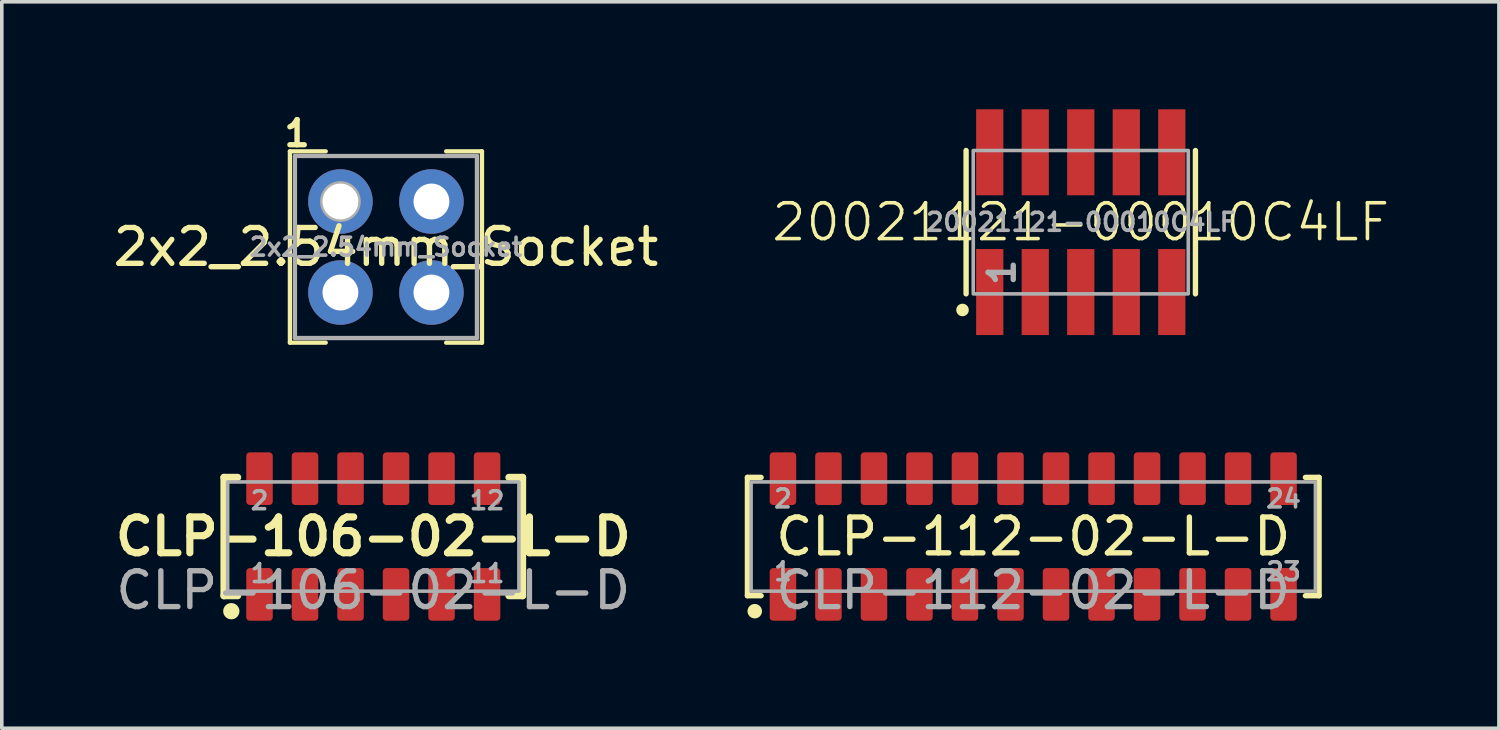
<source format=kicad_pcb>
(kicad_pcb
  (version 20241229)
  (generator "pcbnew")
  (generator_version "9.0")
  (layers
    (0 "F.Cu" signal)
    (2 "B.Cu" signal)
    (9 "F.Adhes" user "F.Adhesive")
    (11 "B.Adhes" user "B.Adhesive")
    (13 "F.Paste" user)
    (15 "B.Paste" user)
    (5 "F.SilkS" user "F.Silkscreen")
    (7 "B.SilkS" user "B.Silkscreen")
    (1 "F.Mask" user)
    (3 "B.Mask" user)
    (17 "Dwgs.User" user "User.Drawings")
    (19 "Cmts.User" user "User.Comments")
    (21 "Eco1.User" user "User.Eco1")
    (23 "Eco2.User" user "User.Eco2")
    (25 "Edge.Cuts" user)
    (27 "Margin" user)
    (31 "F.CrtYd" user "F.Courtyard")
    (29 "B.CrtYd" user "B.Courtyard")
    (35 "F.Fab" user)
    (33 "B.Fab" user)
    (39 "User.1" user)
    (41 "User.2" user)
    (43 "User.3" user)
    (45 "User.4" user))
  (footprint "CLP-112-02-L-D"
    (layer "F.Cu")
    (at 25.784 11.923)
    (property "Reference" "CLP-112-02-L-D" (at 0 0 0) (unlocked yes) (layer "F.SilkS") (effects (font (size 1 1) (thickness 0.15))))
    (attr smd)
    (fp_line (start -7.976 -1.651) (end -7.595 -1.651) (stroke (width 0.15) (type default)) (layer "F.SilkS"))
    (fp_line (start -7.976 1.651) (end -7.976 -1.651) (stroke (width 0.15) (type default)) (layer "F.SilkS"))
    (fp_line (start -7.976 1.651) (end -7.595 1.651) (stroke (width 0.15) (type default)) (layer "F.SilkS"))
    (fp_line (start 7.976 -1.651) (end 7.595 -1.651) (stroke (width 0.15) (type default)) (layer "F.SilkS"))
    (fp_line (start 7.976 -1.651) (end 7.976 1.651) (stroke (width 0.15) (type default)) (layer "F.SilkS"))
    (fp_line (start 7.976 1.651) (end 7.595 1.651) (stroke (width 0.15) (type default)) (layer "F.SilkS"))
    (fp_circle (center -7.772 2.083) (end -7.645 2.083) (stroke (width 0.15) (type default)) (fill yes) (layer "F.SilkS"))
    (fp_rect (start -7.874 -1.524) (end 7.874 1.524) (stroke (width 0.1) (type default)) (fill no) (layer "F.Fab"))
    (fp_text user "${REFERENCE}" (at 0 1.5 0) (unlocked yes) (layer "F.Fab") (effects (font (size 1 1) (thickness 0.15))))
    (fp_text user "23" (at 6.985 1.27 0) (unlocked yes) (layer "F.Fab") (effects (font (size 0.5 0.5) (thickness 0.1)) (justify bottom)))
    (fp_text user "2" (at -6.985 -0.762 0) (unlocked yes) (layer "F.Fab") (effects (font (size 0.5 0.5) (thickness 0.1)) (justify bottom)))
    (fp_text user "1" (at -6.985 1.27 0) (unlocked yes) (layer "F.Fab") (effects (font (size 0.5 0.5) (thickness 0.1)) (justify bottom)))
    (fp_text user "24" (at 6.985 -0.762 0) (unlocked yes) (layer "F.Fab") (effects (font (size 0.5 0.5) (thickness 0.1)) (justify bottom)))
    (pad "1" smd roundrect (at -6.985 1.615) (size 0.74 1.47) (layers "F.Cu" "F.Mask" "F.Paste") (roundrect_rratio 0.135))
    (pad "2" smd roundrect (at -6.985 -1.615) (size 0.74 1.47) (layers "F.Cu" "F.Mask" "F.Paste") (roundrect_rratio 0.135))
    (pad "3" smd roundrect (at -5.715 1.615) (size 0.74 1.47) (layers "F.Cu" "F.Mask" "F.Paste") (roundrect_rratio 0.135))
    (pad "4" smd roundrect (at -5.715 -1.615) (size 0.74 1.47) (layers "F.Cu" "F.Mask" "F.Paste") (roundrect_rratio 0.135))
    (pad "5" smd roundrect (at -4.445 1.615) (size 0.74 1.47) (layers "F.Cu" "F.Mask" "F.Paste") (roundrect_rratio 0.135))
    (pad "6" smd roundrect (at -4.445 -1.615) (size 0.74 1.47) (layers "F.Cu" "F.Mask" "F.Paste") (roundrect_rratio 0.135))
    (pad "7" smd roundrect (at -3.175 1.615) (size 0.74 1.47) (layers "F.Cu" "F.Mask" "F.Paste") (roundrect_rratio 0.135))
    (pad "8" smd roundrect (at -3.175 -1.615) (size 0.74 1.47) (layers "F.Cu" "F.Mask" "F.Paste") (roundrect_rratio 0.135))
    (pad "9" smd roundrect (at -1.905 1.615) (size 0.74 1.47) (layers "F.Cu" "F.Mask" "F.Paste") (roundrect_rratio 0.135))
    (pad "10" smd roundrect (at -1.905 -1.615) (size 0.74 1.47) (layers "F.Cu" "F.Mask" "F.Paste") (roundrect_rratio 0.135))
    (pad "11" smd roundrect (at -0.635 1.615) (size 0.74 1.47) (layers "F.Cu" "F.Mask" "F.Paste") (roundrect_rratio 0.135))
    (pad "12" smd roundrect (at -0.635 -1.615) (size 0.74 1.47) (layers "F.Cu" "F.Mask" "F.Paste") (roundrect_rratio 0.135))
    (pad "13" smd roundrect (at 0.635 1.615) (size 0.74 1.47) (layers "F.Cu" "F.Mask" "F.Paste") (roundrect_rratio 0.135))
    (pad "14" smd roundrect (at 0.635 -1.615) (size 0.74 1.47) (layers "F.Cu" "F.Mask" "F.Paste") (roundrect_rratio 0.135))
    (pad "15" smd roundrect (at 1.905 1.615) (size 0.74 1.47) (layers "F.Cu" "F.Mask" "F.Paste") (roundrect_rratio 0.135))
    (pad "16" smd roundrect (at 1.905 -1.615) (size 0.74 1.47) (layers "F.Cu" "F.Mask" "F.Paste") (roundrect_rratio 0.135))
    (pad "17" smd roundrect (at 3.175 1.615) (size 0.74 1.47) (layers "F.Cu" "F.Mask" "F.Paste") (roundrect_rratio 0.135))
    (pad "18" smd roundrect (at 3.175 -1.615) (size 0.74 1.47) (layers "F.Cu" "F.Mask" "F.Paste") (roundrect_rratio 0.135))
    (pad "19" smd roundrect (at 4.445 1.615) (size 0.74 1.47) (layers "F.Cu" "F.Mask" "F.Paste") (roundrect_rratio 0.135))
    (pad "20" smd roundrect (at 4.445 -1.615) (size 0.74 1.47) (layers "F.Cu" "F.Mask" "F.Paste") (roundrect_rratio 0.135))
    (pad "21" smd roundrect (at 5.715 1.615) (size 0.74 1.47) (layers "F.Cu" "F.Mask" "F.Paste") (roundrect_rratio 0.135))
    (pad "22" smd roundrect (at 5.715 -1.615) (size 0.74 1.47) (layers "F.Cu" "F.Mask" "F.Paste") (roundrect_rratio 0.135))
    (pad "23" smd roundrect (at 6.985 1.615) (size 0.74 1.47) (layers "F.Cu" "F.Mask" "F.Paste") (roundrect_rratio 0.135))
    (pad "24" smd roundrect (at 6.985 -1.615) (size 0.74 1.47) (layers "F.Cu" "F.Mask" "F.Paste") (roundrect_rratio 0.135)))
  (footprint "20021121-00010C4LF"
    (layer "F.Cu")
    (at 27.11 3.15)
    (property "Reference" "20021121-00010C4LF" (at 0 0 0) (unlocked yes) (layer "F.SilkS") (effects (font (size 1 1) (thickness 0.1))))
    (attr smd)
    (fp_line (start -3.2 -2) (end -3.2 2) (stroke (width 0.15) (type solid)) (layer "F.SilkS"))
    (fp_line (start 3.2 -2) (end 3.2 2) (stroke (width 0.15) (type solid)) (layer "F.SilkS"))
    (fp_circle (center -3.3 2.45) (end -3.2 2.45) (stroke (width 0.15) (type default)) (fill yes) (layer "F.SilkS"))
    (fp_rect (start -3 -2) (end 3 2) (stroke (width 0.1) (type default)) (fill no) (layer "F.Fab"))
    (fp_text user "${REFERENCE}" (at 0 0 0) (unlocked yes) (layer "F.Fab") (effects (font (size 0.5 0.5) (thickness 0.1) (bold yes))))
    (fp_text user "1" (at -2.2 1.4 90) (layer "F.Fab") (effects (font (size 0.7 0.7) (thickness 0.15))))
    (pad "1" smd rect (at -2.54 1.95 180) (size 0.76 2.4) (layers "F.Cu" "F.Mask" "F.Paste"))
    (pad "2" smd rect (at -2.54 -1.95 180) (size 0.76 2.4) (layers "F.Cu" "F.Mask" "F.Paste"))
    (pad "3" smd rect (at -1.27 1.95 180) (size 0.76 2.4) (layers "F.Cu" "F.Mask" "F.Paste"))
    (pad "4" smd rect (at -1.27 -1.95 180) (size 0.76 2.4) (layers "F.Cu" "F.Mask" "F.Paste"))
    (pad "5" smd rect (at 0 1.95 180) (size 0.76 2.4) (layers "F.Cu" "F.Mask" "F.Paste"))
    (pad "6" smd rect (at 0 -1.95 180) (size 0.76 2.4) (layers "F.Cu" "F.Mask" "F.Paste"))
    (pad "7" smd rect (at 1.27 1.95 180) (size 0.76 2.4) (layers "F.Cu" "F.Mask" "F.Paste"))
    (pad "8" smd rect (at 1.27 -1.95 180) (size 0.76 2.4) (layers "F.Cu" "F.Mask" "F.Paste"))
    (pad "9" smd rect (at 2.54 1.95 180) (size 0.76 2.4) (layers "F.Cu" "F.Mask" "F.Paste"))
    (pad "10" smd rect (at 2.54 -1.95 180) (size 0.76 2.4) (layers "F.Cu" "F.Mask" "F.Paste")))
  (footprint "2x2_2.54mm_Socket"
    (layer "F.Cu")
    (at 7.72 3.843)
    (property "Reference" "2x2_2.54mm_Socket" (at 0 0 0) (layer "F.SilkS") (effects (font (size 1 1) (thickness 0.15))))
    (attr through_hole)
    (fp_line (start -2.68 -2.67) (end -2.68 2.67) (stroke (width 0.12) (type solid)) (layer "F.SilkS"))
    (fp_line (start -2.68 -2.67) (end -1.68 -2.67) (stroke (width 0.12) (type solid)) (layer "F.SilkS"))
    (fp_line (start -2.68 2.67) (end -1.68 2.67) (stroke (width 0.12) (type solid)) (layer "F.SilkS"))
    (fp_line (start 2.68 -2.67) (end 1.68 -2.67) (stroke (width 0.12) (type solid)) (layer "F.SilkS"))
    (fp_line (start 2.68 2.67) (end 1.68 2.67) (stroke (width 0.12) (type solid)) (layer "F.SilkS"))
    (fp_line (start 2.68 2.67) (end 2.68 -2.67) (stroke (width 0.12) (type solid)) (layer "F.SilkS"))
    (fp_line (start -2.54 -2.54) (end -2.54 2.54) (stroke (width 0.12) (type solid)) (layer "F.Fab"))
    (fp_line (start -2.54 2.54) (end 2.54 2.54) (stroke (width 0.12) (type solid)) (layer "F.Fab"))
    (fp_line (start 2.54 -2.54) (end -2.54 -2.54) (stroke (width 0.12) (type solid)) (layer "F.Fab"))
    (fp_line (start 2.54 2.54) (end 2.54 -2.54) (stroke (width 0.12) (type solid)) (layer "F.Fab"))
    (fp_circle (center -1.27 -1.27) (end -1.27 -1.778) (stroke (width 0.12) (type solid)) (fill no) (layer "F.Fab"))
    (fp_text user "1" (at -2.48 -3.17 0) (layer "F.SilkS") (effects (font (size 0.7 0.7) (thickness 0.15))))
    (fp_text user "${REFERENCE}" (at 0 0 0) (layer "F.Fab") (effects (font (size 0.5 0.5) (thickness 0.1))))
    (pad "1" thru_hole circle (at -1.27 -1.27) (size 1.8 1.8) (drill 1) (layers "*.Cu" "*.Mask"))
    (pad "2" thru_hole circle (at 1.27 -1.27) (size 1.8 1.8) (drill 1) (layers "*.Cu" "*.Mask"))
    (pad "3" thru_hole circle (at -1.27 1.27) (size 1.8 1.8) (drill 1) (layers "*.Cu" "*.Mask"))
    (pad "4" thru_hole circle (at 1.27 1.27) (size 1.8 1.8) (drill 1) (layers "*.Cu" "*.Mask")))
  (footprint "CLP-106-02-L-D"
    (layer "F.Cu")
    (at 7.367 11.923)
    (property "Reference" "CLP-106-02-L-D" (at 0 0 0) (unlocked yes) (layer "F.SilkS") (effects (font (size 1 1) (thickness 0.2))))
    (attr smd)
    (fp_line (start -4.166 -1.651) (end -3.785 -1.651) (stroke (width 0.2) (type default)) (layer "F.SilkS"))
    (fp_line (start -4.166 1.651) (end -4.166 -1.651) (stroke (width 0.2) (type default)) (layer "F.SilkS"))
    (fp_line (start -4.166 1.651) (end -3.785 1.651) (stroke (width 0.2) (type default)) (layer "F.SilkS"))
    (fp_line (start 4.166 -1.651) (end 3.785 -1.651) (stroke (width 0.2) (type default)) (layer "F.SilkS"))
    (fp_line (start 4.166 -1.651) (end 4.166 1.651) (stroke (width 0.2) (type default)) (layer "F.SilkS"))
    (fp_line (start 4.166 1.651) (end 3.785 1.651) (stroke (width 0.2) (type default)) (layer "F.SilkS"))
    (fp_circle (center -3.962 2.083) (end -3.835 2.083) (stroke (width 0.2) (type default)) (fill yes) (layer "F.SilkS"))
    (fp_rect (start -4.064 -1.524) (end 4.064 1.524) (stroke (width 0.1) (type default)) (fill no) (layer "F.Fab"))
    (fp_text user "${REFERENCE}" (at 0 1.5 0) (unlocked yes) (layer "F.Fab") (effects (font (size 1 1) (thickness 0.15))))
    (fp_text user "1" (at -3.175 1.321 0) (unlocked yes) (layer "F.Fab") (effects (font (size 0.5 0.5) (thickness 0.1)) (justify bottom)))
    (fp_text user "12" (at 3.175 -0.711 0) (unlocked yes) (layer "F.Fab") (effects (font (size 0.5 0.5) (thickness 0.1)) (justify bottom)))
    (fp_text user "11" (at 3.175 1.321 0) (unlocked yes) (layer "F.Fab") (effects (font (size 0.5 0.5) (thickness 0.1)) (justify bottom)))
    (fp_text user "2" (at -3.175 -0.711 0) (unlocked yes) (layer "F.Fab") (effects (font (size 0.5 0.5) (thickness 0.1)) (justify bottom)))
    (pad "1" smd roundrect (at -3.175 1.615) (size 0.74 1.47) (layers "F.Cu" "F.Mask" "F.Paste") (roundrect_rratio 0.135))
    (pad "2" smd roundrect (at -3.175 -1.615) (size 0.74 1.47) (layers "F.Cu" "F.Mask" "F.Paste") (roundrect_rratio 0.135))
    (pad "3" smd roundrect (at -1.905 1.615) (size 0.74 1.47) (layers "F.Cu" "F.Mask" "F.Paste") (roundrect_rratio 0.135))
    (pad "4" smd roundrect (at -1.905 -1.615) (size 0.74 1.47) (layers "F.Cu" "F.Mask" "F.Paste") (roundrect_rratio 0.135))
    (pad "5" smd roundrect (at -0.635 1.615) (size 0.74 1.47) (layers "F.Cu" "F.Mask" "F.Paste") (roundrect_rratio 0.135))
    (pad "6" smd roundrect (at -0.635 -1.615) (size 0.74 1.47) (layers "F.Cu" "F.Mask" "F.Paste") (roundrect_rratio 0.135))
    (pad "7" smd roundrect (at 0.635 1.615) (size 0.74 1.47) (layers "F.Cu" "F.Mask" "F.Paste") (roundrect_rratio 0.135))
    (pad "8" smd roundrect (at 0.635 -1.615) (size 0.74 1.47) (layers "F.Cu" "F.Mask" "F.Paste") (roundrect_rratio 0.135))
    (pad "9" smd roundrect (at 1.905 1.615) (size 0.74 1.47) (layers "F.Cu" "F.Mask" "F.Paste") (roundrect_rratio 0.135))
    (pad "10" smd roundrect (at 1.905 -1.615) (size 0.74 1.47) (layers "F.Cu" "F.Mask" "F.Paste") (roundrect_rratio 0.135))
    (pad "11" smd roundrect (at 3.175 1.615) (size 0.74 1.47) (layers "F.Cu" "F.Mask" "F.Paste") (roundrect_rratio 0.135))
    (pad "12" smd roundrect (at 3.175 -1.615) (size 0.74 1.47) (layers "F.Cu" "F.Mask" "F.Paste") (roundrect_rratio 0.135)))
  (gr_rect
    (start -3 -3)
    (end 38.779 17.273)
    (stroke (width 0.1) (type default))
    (fill no)
    (layer "Edge.Cuts")))
</source>
